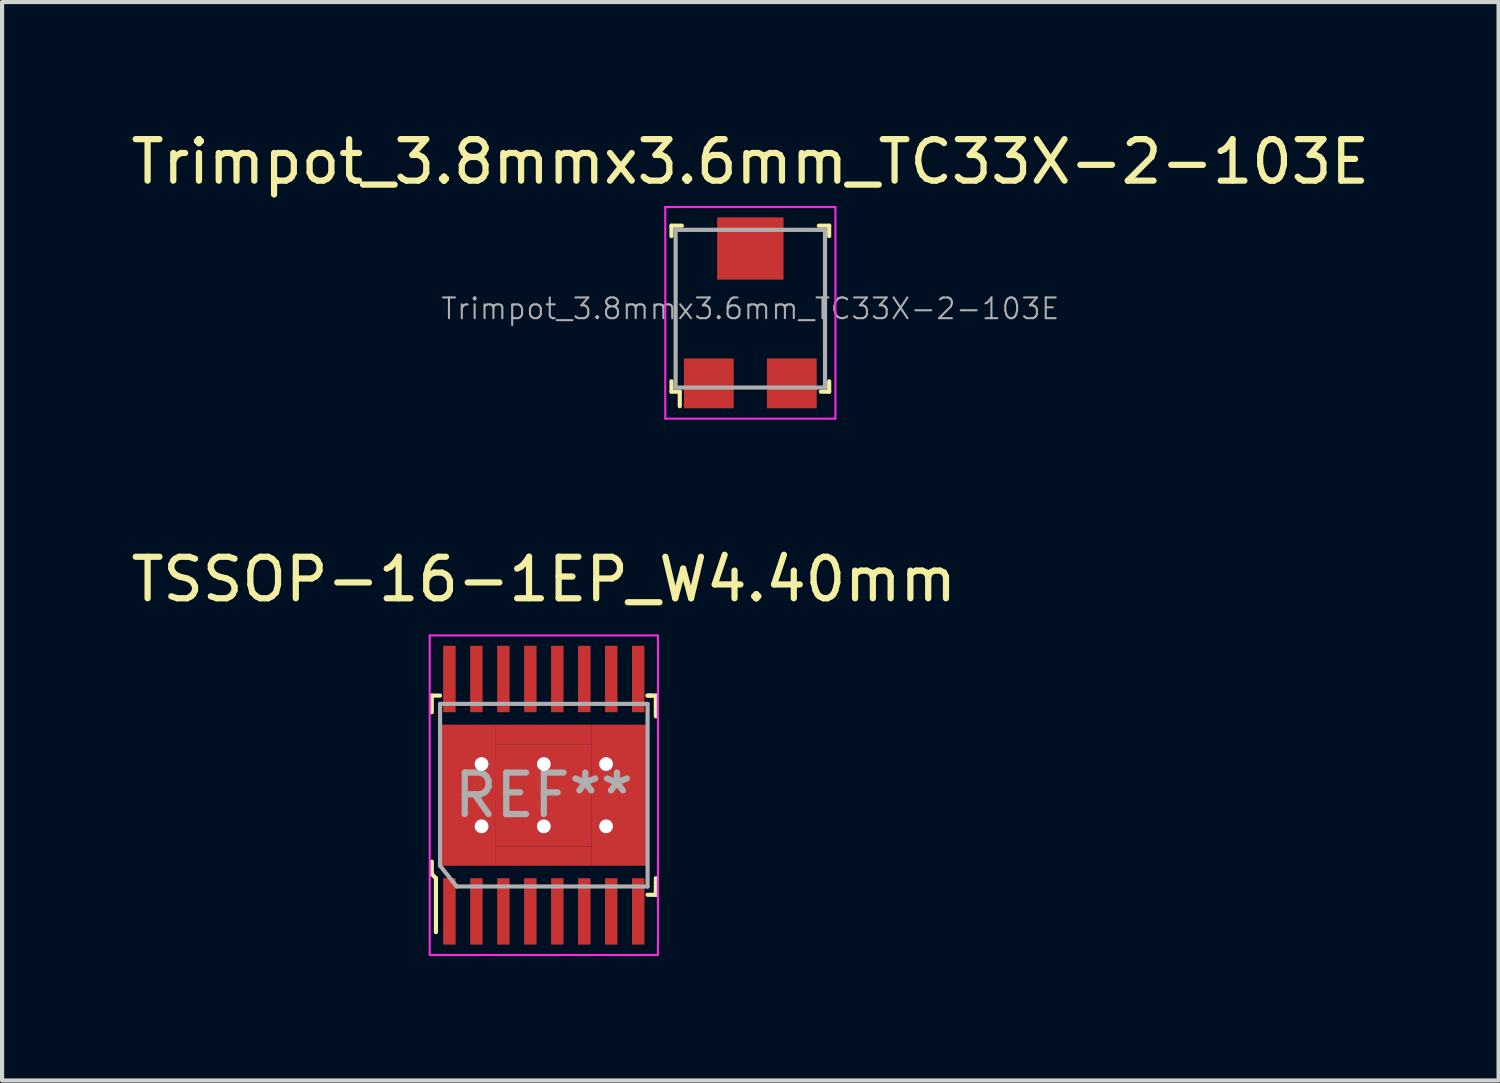
<source format=kicad_pcb>
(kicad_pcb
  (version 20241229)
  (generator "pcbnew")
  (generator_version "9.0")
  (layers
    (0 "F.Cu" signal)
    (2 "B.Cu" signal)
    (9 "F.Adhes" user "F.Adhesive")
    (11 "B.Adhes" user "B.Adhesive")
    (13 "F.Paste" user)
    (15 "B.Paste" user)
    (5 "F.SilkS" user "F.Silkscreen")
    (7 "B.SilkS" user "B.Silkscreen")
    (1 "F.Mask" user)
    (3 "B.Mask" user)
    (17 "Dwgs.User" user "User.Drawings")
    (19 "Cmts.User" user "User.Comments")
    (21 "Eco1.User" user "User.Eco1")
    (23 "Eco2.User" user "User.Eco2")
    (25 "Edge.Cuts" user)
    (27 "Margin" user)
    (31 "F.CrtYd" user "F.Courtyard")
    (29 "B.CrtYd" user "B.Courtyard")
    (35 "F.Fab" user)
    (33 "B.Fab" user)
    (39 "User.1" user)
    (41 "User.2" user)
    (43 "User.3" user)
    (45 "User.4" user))
  (footprint "Trimpot_3.8mmx3.6mm_TC33X-2-103E"
    (layer "F.Cu")
    (at 15.03 4.388)
    (property "Reference" "Trimpot_3.8mmx3.6mm_TC33X-2-103E" (at 0 -3.54 0) (layer "F.SilkS") (effects (font (size 1 1) (thickness 0.15))))
    (attr smd)
    (fp_line (start -1.9 -2) (end -1.9 -1.75) (stroke (width 0.1) (type solid)) (layer "F.SilkS"))
    (fp_line (start -1.9 -2) (end -1.65 -2) (stroke (width 0.1) (type solid)) (layer "F.SilkS"))
    (fp_line (start -1.9 1.75) (end -1.9 2) (stroke (width 0.1) (type solid)) (layer "F.SilkS"))
    (fp_line (start -1.9 2) (end -1.7 2) (stroke (width 0.1) (type solid)) (layer "F.SilkS"))
    (fp_line (start -1.7 2) (end -1.7 2.35) (stroke (width 0.1) (type solid)) (layer "F.SilkS"))
    (fp_line (start 1.9 -2) (end 1.65 -2) (stroke (width 0.1) (type solid)) (layer "F.SilkS"))
    (fp_line (start 1.9 -2) (end 1.9 -1.75) (stroke (width 0.1) (type solid)) (layer "F.SilkS"))
    (fp_line (start 1.9 2) (end 1.7 2) (stroke (width 0.1) (type solid)) (layer "F.SilkS"))
    (fp_line (start 1.9 2) (end 1.9 1.75) (stroke (width 0.1) (type solid)) (layer "F.SilkS"))
    (fp_line (start -2.05 -2.45) (end -2.05 2.65) (stroke (width 0.05) (type solid)) (layer "F.CrtYd"))
    (fp_line (start 2.05 -2.45) (end -2.05 -2.45) (stroke (width 0.05) (type solid)) (layer "F.CrtYd"))
    (fp_line (start 2.05 2.65) (end -2.05 2.65) (stroke (width 0.05) (type solid)) (layer "F.CrtYd"))
    (fp_line (start 2.05 2.65) (end 2.05 -2.45) (stroke (width 0.05) (type solid)) (layer "F.CrtYd"))
    (fp_line (start -1.8 -1.9) (end -1.8 1.9) (stroke (width 0.1) (type solid)) (layer "F.Fab"))
    (fp_line (start -1.8 -1.9) (end 1.8 -1.9) (stroke (width 0.1) (type solid)) (layer "F.Fab"))
    (fp_line (start -1.8 1.9) (end 1.8 1.9) (stroke (width 0.1) (type solid)) (layer "F.Fab"))
    (fp_line (start 1.8 1.9) (end 1.8 -1.9) (stroke (width 0.1) (type solid)) (layer "F.Fab"))
    (fp_text user "${REFERENCE}" (at 0 0 0) (layer "F.Fab") (effects (font (size 0.5 0.5) (thickness 0.05))))
    (pad "1" smd rect (at -1 1.8) (size 1.2 1.2) (layers "F.Cu" "F.Mask" "F.Paste"))
    (pad "2" smd rect (at 0 -1.45) (size 1.6 1.5) (layers "F.Cu" "F.Mask" "F.Paste"))
    (pad "3" smd rect (at 1 1.8) (size 1.2 1.2) (layers "F.Cu" "F.Mask" "F.Paste")))
  (footprint "TSSOP-16-1EP_W4.40mm"
    (layer "F.Cu")
    (at 10.054 16.111)
    (property "Reference" "TSSOP-16-1EP_W4.40mm" (at 0 -5.2 0) (layer "F.SilkS") (effects (font (size 1 1) (thickness 0.15))))
    (attr through_hole)
    (fp_line (start -2.7 -2.4) (end -2.7 -2) (stroke (width 0.1) (type solid)) (layer "F.SilkS"))
    (fp_line (start -2.7 1.6) (end -2.7 1.9) (stroke (width 0.1) (type solid)) (layer "F.SilkS"))
    (fp_line (start -2.7 1.9) (end -2.6 2) (stroke (width 0.1) (type solid)) (layer "F.SilkS"))
    (fp_line (start -2.6 2) (end -2.6 3.3) (stroke (width 0.1) (type solid)) (layer "F.SilkS"))
    (fp_line (start -2.5 -2.4) (end -2.7 -2.4) (stroke (width 0.1) (type solid)) (layer "F.SilkS"))
    (fp_line (start 2.5 -2.4) (end 2.7 -2.4) (stroke (width 0.1) (type solid)) (layer "F.SilkS"))
    (fp_line (start 2.5 2.4) (end 2.7 2.4) (stroke (width 0.1) (type solid)) (layer "F.SilkS"))
    (fp_line (start 2.6 -2.4) (end 2.5 -2.4) (stroke (width 0.1) (type solid)) (layer "F.SilkS"))
    (fp_line (start 2.7 -2.4) (end 2.7 -1.9) (stroke (width 0.1) (type solid)) (layer "F.SilkS"))
    (fp_line (start 2.7 2.4) (end 2.7 2) (stroke (width 0.1) (type solid)) (layer "F.SilkS"))
    (fp_line (start -2.75 -3.85) (end -2.75 3.85) (stroke (width 0.05) (type solid)) (layer "F.CrtYd"))
    (fp_line (start -2.75 -3.85) (end 2.75 -3.85) (stroke (width 0.05) (type solid)) (layer "F.CrtYd"))
    (fp_line (start -2.75 3.85) (end 2.75 3.85) (stroke (width 0.05) (type solid)) (layer "F.CrtYd"))
    (fp_line (start 2.75 -3.85) (end 2.75 3.85) (stroke (width 0.05) (type solid)) (layer "F.CrtYd"))
    (fp_line (start -2.5 1.7) (end -2.5 -2.2) (stroke (width 0.1) (type solid)) (layer "F.Fab"))
    (fp_line (start -2.5 1.7) (end -2.1 2.2) (stroke (width 0.1) (type solid)) (layer "F.Fab"))
    (fp_line (start -2.1 2.2) (end 2.5 2.2) (stroke (width 0.1) (type solid)) (layer "F.Fab"))
    (fp_line (start 2.5 -2.2) (end -2.5 -2.2) (stroke (width 0.1) (type solid)) (layer "F.Fab"))
    (fp_line (start 2.5 -2.2) (end 2.5 2.2) (stroke (width 0.1) (type solid)) (layer "F.Fab"))
    (fp_text user "REF**" (at 0 0 0) (layer "F.Fab") (effects (font (size 1 1) (thickness 0.15))))
    (pad "1" smd rect (at -2.275 2.8) (size 0.3 1.6) (layers "F.Cu" "F.Mask" "F.Paste"))
    (pad "2" smd rect (at -1.625 2.8) (size 0.3 1.6) (layers "F.Cu" "F.Mask" "F.Paste"))
    (pad "3" smd rect (at -0.975 2.8) (size 0.3 1.6) (layers "F.Cu" "F.Mask" "F.Paste"))
    (pad "4" smd rect (at -0.325 2.8) (size 0.3 1.6) (layers "F.Cu" "F.Mask" "F.Paste"))
    (pad "5" smd rect (at 0.325 2.8) (size 0.3 1.6) (layers "F.Cu" "F.Mask" "F.Paste"))
    (pad "6" smd rect (at 0.975 2.8) (size 0.3 1.6) (layers "F.Cu" "F.Mask" "F.Paste"))
    (pad "7" smd rect (at 1.625 2.8) (size 0.3 1.6) (layers "F.Cu" "F.Mask" "F.Paste"))
    (pad "8" smd rect (at 2.275 2.8) (size 0.3 1.6) (layers "F.Cu" "F.Mask" "F.Paste"))
    (pad "9" smd rect (at 2.275 -2.8) (size 0.3 1.6) (layers "F.Cu" "F.Mask" "F.Paste"))
    (pad "10" smd rect (at 1.625 -2.8) (size 0.3 1.6) (layers "F.Cu" "F.Mask" "F.Paste"))
    (pad "11" smd rect (at 0.975 -2.8) (size 0.3 1.6) (layers "F.Cu" "F.Mask" "F.Paste"))
    (pad "12" smd rect (at 0.325 -2.8) (size 0.3 1.6) (layers "F.Cu" "F.Mask" "F.Paste"))
    (pad "13" smd rect (at -0.325 -2.8) (size 0.3 1.6) (layers "F.Cu" "F.Mask" "F.Paste"))
    (pad "14" smd rect (at -0.975 -2.8) (size 0.3 1.6) (layers "F.Cu" "F.Mask" "F.Paste"))
    (pad "15" smd rect (at -1.625 -2.8) (size 0.3 1.6) (layers "F.Cu" "F.Mask" "F.Paste"))
    (pad "16" smd rect (at -2.275 -2.8) (size 0.3 1.6) (layers "F.Cu" "F.Mask" "F.Paste"))
    (pad "17" smd rect (at -1.827 0) (size 1.345 3.4) (layers "F.Cu" "F.Mask" "F.Paste"))
    (pad "17" thru_hole circle (at -1.5 -0.75) (size 0.33 0.33) (drill 0.33) (layers "*.Cu" "*.Mask"))
    (pad "17" thru_hole circle (at -1.5 0.75) (size 0.33 0.33) (drill 0.33) (layers "*.Cu" "*.Mask"))
    (pad "17" smd rect (at 0 -1.465) (size 2.31 0.47) (layers "F.Cu" "F.Mask" "F.Paste"))
    (pad "17" thru_hole circle (at 0 -0.75) (size 0.33 0.33) (drill 0.33) (layers "*.Cu" "*.Mask"))
    (pad "17" smd rect (at 0 0) (size 2.31 2.46) (layers "F.Cu" "F.Mask" "F.Paste"))
    (pad "17" thru_hole circle (at 0 0.75) (size 0.33 0.33) (drill 0.33) (layers "*.Cu" "*.Mask"))
    (pad "17" smd rect (at 0 1.465) (size 2.31 0.47) (layers "F.Cu" "F.Mask" "F.Paste"))
    (pad "17" thru_hole circle (at 1.5 -0.75) (size 0.33 0.33) (drill 0.33) (layers "*.Cu" "*.Mask"))
    (pad "17" thru_hole circle (at 1.5 0.75) (size 0.33 0.33) (drill 0.33) (layers "*.Cu" "*.Mask"))
    (pad "17" smd rect (at 1.827 0) (size 1.345 3.4) (layers "F.Cu" "F.Mask" "F.Paste")))
  (gr_rect
    (start -3 -3)
    (end 33.06 22.986)
    (stroke (width 0.1) (type default))
    (fill no)
    (layer "Edge.Cuts")))
</source>
